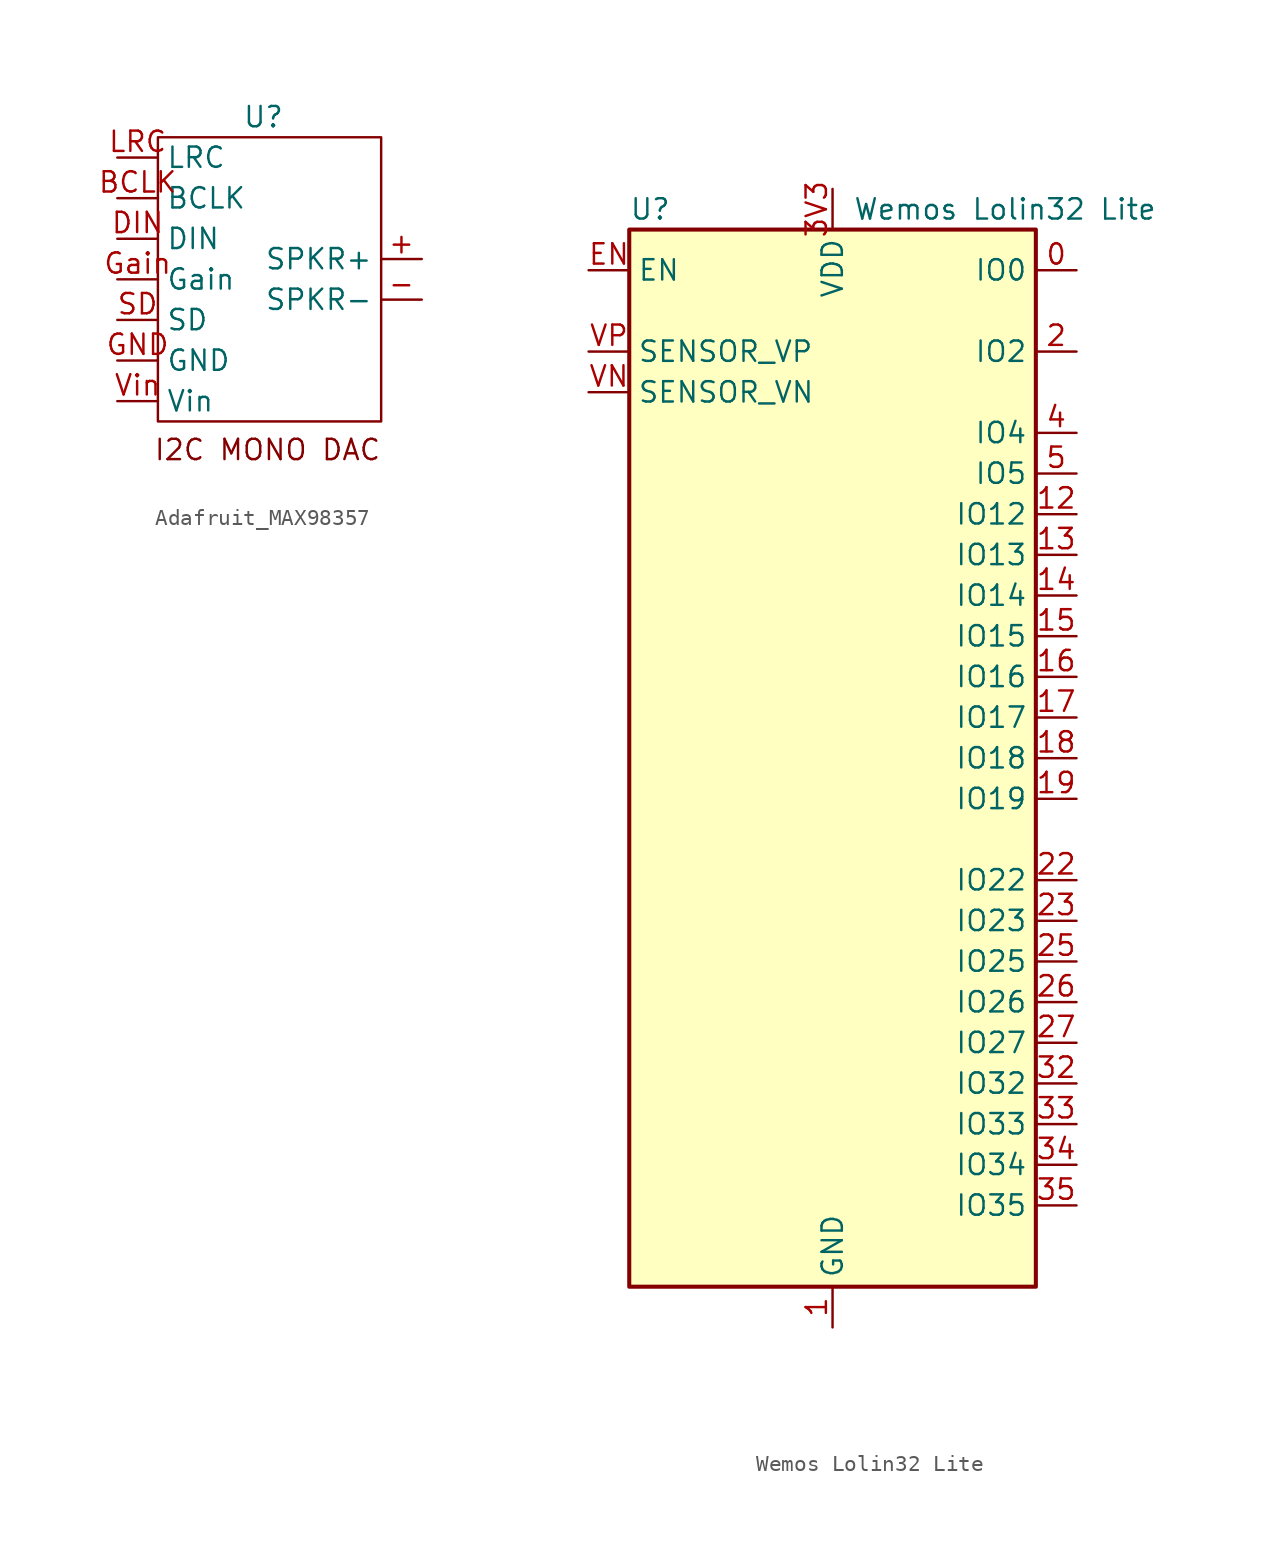
<source format=kicad_sym>
(kicad_symbol_lib
  (version 20231120)
  (generator "kicad_symbol_editor")
  (generator_version "8.0")
  (symbol "Adafruit_MAX98357"
    (property "Reference" "U"
      (at 0.254 10.16 0)
      (effects (font (size 1.27 1.27))))
    (property "Value" ""
      (at 1.778 3.302 0)
      (effects (font (size 1.27 1.27))))
    (symbol "Adafruit_MAX98357_0_1"
      (rectangle (start -6.35 8.89) (end 7.62 -8.89) (stroke (width 0) (type default)) (fill (type none))))
    (symbol "Adafruit_MAX98357_1_1"
      (text "I2C MONO DAC\n" (at 0.508 -10.668 0) (effects (font (size 1.27 1.27))))
      (pin output line (at 10.16 1.27 180) (length 2.54) (name "SPKR+" (effects (font (size 1.27 1.27)))) (number "+" (effects (font (size 1.27 1.27)))))
      (pin output line (at 10.16 -1.27 180) (length 2.54) (name "SPKR-" (effects (font (size 1.27 1.27)))) (number "-" (effects (font (size 1.27 1.27)))))
      (pin input line (at -8.89 5.08 0) (length 2.54) (name "BCLK" (effects (font (size 1.27 1.27)))) (number "BCLK" (effects (font (size 1.27 1.27)))))
      (pin input line (at -8.89 2.54 0) (length 2.54) (name "DIN" (effects (font (size 1.27 1.27)))) (number "DIN" (effects (font (size 1.27 1.27)))))
      (pin power_in line (at -8.89 -5.08 0) (length 2.54) (name "GND" (effects (font (size 1.27 1.27)))) (number "GND" (effects (font (size 1.27 1.27)))))
      (pin input line (at -8.89 0 0) (length 2.54) (name "Gain" (effects (font (size 1.27 1.27)))) (number "Gain" (effects (font (size 1.27 1.27)))))
      (pin input line (at -8.89 7.62 0) (length 2.54) (name "LRC" (effects (font (size 1.27 1.27)))) (number "LRC" (effects (font (size 1.27 1.27)))))
      (pin input line (at -8.89 -2.54 0) (length 2.54) (name "SD" (effects (font (size 1.27 1.27)))) (number "SD" (effects (font (size 1.27 1.27)))))
      (pin power_in line (at -8.89 -7.62 0) (length 2.54) (name "Vin" (effects (font (size 1.27 1.27)))) (number "Vin" (effects (font (size 1.27 1.27)))))))
  (symbol "Wemos Lolin32 Lite"
    (property "Reference" "U"
      (at -12.7 34.29 0)
      (effects (font (size 1.27 1.27)) (justify left)))
    (property "Value" "Wemos Lolin32 Lite"
      (at 1.27 34.29 0)
      (effects (font (size 1.27 1.27)) (justify left)))
    (symbol "Wemos Lolin32 Lite_0_1"
      (rectangle (start -12.7 33.02) (end 12.7 -33.02) (stroke (width 0.254) (type default)) (fill (type background))))
    (symbol "Wemos Lolin32 Lite_1_1"
      (pin bidirectional line (at 15.24 30.48 180) (length 2.54) (name "IO0" (effects (font (size 1.27 1.27)))) (number "0" (effects (font (size 1.27 1.27)))))
      (pin power_in line (at 0 -35.56 90) (length 2.54) (name "GND" (effects (font (size 1.27 1.27)))) (number "1" (effects (font (size 1.27 1.27)))))
      (pin bidirectional line (at 15.24 15.24 180) (length 2.54) (name "IO12" (effects (font (size 1.27 1.27)))) (number "12" (effects (font (size 1.27 1.27)))))
      (pin bidirectional line (at 15.24 12.7 180) (length 2.54) (name "IO13" (effects (font (size 1.27 1.27)))) (number "13" (effects (font (size 1.27 1.27)))))
      (pin bidirectional line (at 15.24 10.16 180) (length 2.54) (name "IO14" (effects (font (size 1.27 1.27)))) (number "14" (effects (font (size 1.27 1.27)))))
      (pin bidirectional line (at 15.24 7.62 180) (length 2.54) (name "IO15" (effects (font (size 1.27 1.27)))) (number "15" (effects (font (size 1.27 1.27)))))
      (pin bidirectional line (at 15.24 5.08 180) (length 2.54) (name "IO16" (effects (font (size 1.27 1.27)))) (number "16" (effects (font (size 1.27 1.27)))))
      (pin bidirectional line (at 15.24 2.54 180) (length 2.54) (name "IO17" (effects (font (size 1.27 1.27)))) (number "17" (effects (font (size 1.27 1.27)))))
      (pin bidirectional line (at 15.24 0 180) (length 2.54) (name "IO18" (effects (font (size 1.27 1.27)))) (number "18" (effects (font (size 1.27 1.27)))))
      (pin bidirectional line (at 15.24 -2.54 180) (length 2.54) (name "IO19" (effects (font (size 1.27 1.27)))) (number "19" (effects (font (size 1.27 1.27)))))
      (pin bidirectional line (at 15.24 25.4 180) (length 2.54) (name "IO2" (effects (font (size 1.27 1.27)))) (number "2" (effects (font (size 1.27 1.27)))))
      (pin bidirectional line (at 15.24 -7.62 180) (length 2.54) (name "IO22" (effects (font (size 1.27 1.27)))) (number "22" (effects (font (size 1.27 1.27)))))
      (pin bidirectional line (at 15.24 -10.16 180) (length 2.54) (name "IO23" (effects (font (size 1.27 1.27)))) (number "23" (effects (font (size 1.27 1.27)))))
      (pin bidirectional line (at 15.24 -12.7 180) (length 2.54) (name "IO25" (effects (font (size 1.27 1.27)))) (number "25" (effects (font (size 1.27 1.27)))))
      (pin bidirectional line (at 15.24 -15.24 180) (length 2.54) (name "IO26" (effects (font (size 1.27 1.27)))) (number "26" (effects (font (size 1.27 1.27)))))
      (pin bidirectional line (at 15.24 -17.78 180) (length 2.54) (name "IO27" (effects (font (size 1.27 1.27)))) (number "27" (effects (font (size 1.27 1.27)))))
      (pin bidirectional line (at 15.24 -20.32 180) (length 2.54) (name "IO32" (effects (font (size 1.27 1.27)))) (number "32" (effects (font (size 1.27 1.27)))))
      (pin bidirectional line (at 15.24 -22.86 180) (length 2.54) (name "IO33" (effects (font (size 1.27 1.27)))) (number "33" (effects (font (size 1.27 1.27)))))
      (pin input line (at 15.24 -25.4 180) (length 2.54) (name "IO34" (effects (font (size 1.27 1.27)))) (number "34" (effects (font (size 1.27 1.27)))))
      (pin input line (at 15.24 -27.94 180) (length 2.54) (name "IO35" (effects (font (size 1.27 1.27)))) (number "35" (effects (font (size 1.27 1.27)))))
      (pin passive line (at 0 -35.56 90) (length 2.54) hide (name "GND" (effects (font (size 1.27 1.27)))) (number "39" (effects (font (size 1.27 1.27)))))
      (pin power_in line (at 0 35.56 270) (length 2.54) (name "VDD" (effects (font (size 1.27 1.27)))) (number "3V3" (effects (font (size 1.27 1.27)))))
      (pin bidirectional line (at 15.24 20.32 180) (length 2.54) (name "IO4" (effects (font (size 1.27 1.27)))) (number "4" (effects (font (size 1.27 1.27)))))
      (pin bidirectional line (at 15.24 17.78 180) (length 2.54) (name "IO5" (effects (font (size 1.27 1.27)))) (number "5" (effects (font (size 1.27 1.27)))))
      (pin input line (at -15.24 30.48 0) (length 2.54) (name "EN" (effects (font (size 1.27 1.27)))) (number "EN" (effects (font (size 1.27 1.27)))))
      (pin passive line (at 0 -35.56 90) (length 2.54) hide (name "GND" (effects (font (size 1.27 1.27)))) (number "GND" (effects (font (size 1.27 1.27)))))
      (pin passive line (at 0 -35.56 90) (length 2.54) hide (name "GND" (effects (font (size 1.27 1.27)))) (number "GND" (effects (font (size 1.27 1.27)))))
      (pin input line (at -15.24 22.86 0) (length 2.54) (name "SENSOR_VN" (effects (font (size 1.27 1.27)))) (number "VN" (effects (font (size 1.27 1.27)))))
      (pin input line (at -15.24 25.4 0) (length 2.54) (name "SENSOR_VP" (effects (font (size 1.27 1.27)))) (number "VP" (effects (font (size 1.27 1.27))))))))
</source>
